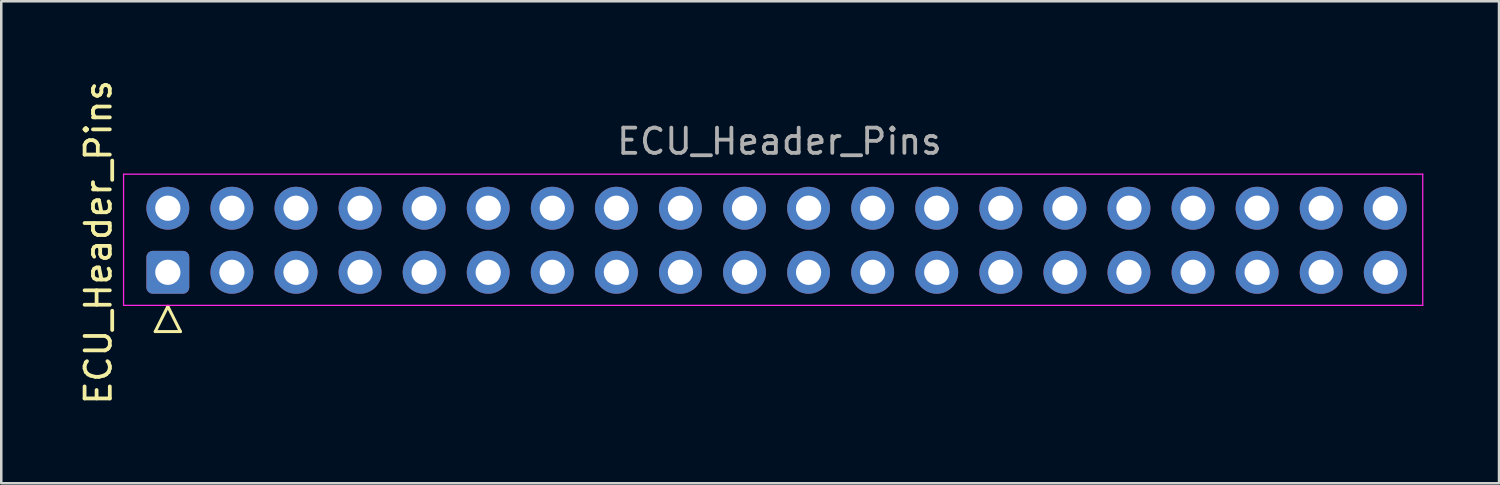
<source format=kicad_pcb>
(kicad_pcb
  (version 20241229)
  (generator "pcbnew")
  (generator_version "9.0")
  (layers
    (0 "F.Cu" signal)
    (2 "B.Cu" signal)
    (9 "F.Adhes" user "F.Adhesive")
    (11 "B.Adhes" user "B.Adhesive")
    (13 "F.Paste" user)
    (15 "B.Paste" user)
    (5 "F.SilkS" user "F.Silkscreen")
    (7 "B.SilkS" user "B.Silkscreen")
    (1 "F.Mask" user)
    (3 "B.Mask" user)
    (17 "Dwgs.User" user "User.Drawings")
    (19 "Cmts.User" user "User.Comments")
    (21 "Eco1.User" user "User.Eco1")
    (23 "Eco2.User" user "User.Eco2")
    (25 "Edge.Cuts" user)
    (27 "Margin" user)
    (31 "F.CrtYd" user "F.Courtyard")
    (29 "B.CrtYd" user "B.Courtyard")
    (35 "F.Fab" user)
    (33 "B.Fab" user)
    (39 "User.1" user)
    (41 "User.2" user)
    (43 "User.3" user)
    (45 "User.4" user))
  (footprint "ECU_Header_Pins"
    (layer "F.Cu")
    (at 27.848 6.554)
    (property "Reference" "ECU_Header_Pins" (at -27 0 90) (layer "F.SilkS") (effects (font (size 1 1) (thickness 0.15))))
    (attr through_hole)
    (fp_line (start -24.745 3.54) (end -23.745 3.54) (stroke (width 0.12) (type solid)) (layer "F.SilkS"))
    (fp_line (start -24.245 2.54) (end -24.745 3.54) (stroke (width 0.12) (type solid)) (layer "F.SilkS"))
    (fp_line (start -23.745 3.54) (end -24.245 2.54) (stroke (width 0.12) (type solid)) (layer "F.SilkS"))
    (fp_line (start -26 -2.7) (end -26 2.5) (stroke (width 0.05) (type solid)) (layer "F.CrtYd"))
    (fp_line (start -26 2.5) (end 25.5 2.5) (stroke (width 0.05) (type solid)) (layer "F.CrtYd"))
    (fp_line (start 25.5 -2.7) (end -26 -2.7) (stroke (width 0.05) (type solid)) (layer "F.CrtYd"))
    (fp_line (start 25.5 2.5) (end 25.5 -2.7) (stroke (width 0.05) (type solid)) (layer "F.CrtYd"))
    (fp_line (start -24.565 1.51) (end -23.925 1.51) (stroke (width 0.1) (type solid)) (layer "F.Fab"))
    (fp_line (start -22.025 1.51) (end -21.385 1.51) (stroke (width 0.1) (type solid)) (layer "F.Fab"))
    (fp_line (start -19.485 1.51) (end -18.845 1.51) (stroke (width 0.1) (type solid)) (layer "F.Fab"))
    (fp_line (start -16.945 1.51) (end -16.305 1.51) (stroke (width 0.1) (type solid)) (layer "F.Fab"))
    (fp_line (start -14.405 1.51) (end -13.765 1.51) (stroke (width 0.1) (type solid)) (layer "F.Fab"))
    (fp_line (start -11.865 1.51) (end -11.225 1.51) (stroke (width 0.1) (type solid)) (layer "F.Fab"))
    (fp_line (start -9.325 1.51) (end -8.685 1.51) (stroke (width 0.1) (type solid)) (layer "F.Fab"))
    (fp_line (start -6.785 1.51) (end -6.145 1.51) (stroke (width 0.1) (type solid)) (layer "F.Fab"))
    (fp_line (start -4.245 1.51) (end -3.605 1.51) (stroke (width 0.1) (type solid)) (layer "F.Fab"))
    (fp_line (start -1.705 1.51) (end -1.065 1.51) (stroke (width 0.1) (type solid)) (layer "F.Fab"))
    (fp_line (start 0.835 1.51) (end 1.475 1.51) (stroke (width 0.1) (type solid)) (layer "F.Fab"))
    (fp_line (start 3.375 1.51) (end 4.015 1.51) (stroke (width 0.1) (type solid)) (layer "F.Fab"))
    (fp_line (start 5.915 1.51) (end 6.555 1.51) (stroke (width 0.1) (type solid)) (layer "F.Fab"))
    (fp_line (start 8.455 1.51) (end 9.095 1.51) (stroke (width 0.1) (type solid)) (layer "F.Fab"))
    (fp_line (start 10.995 1.51) (end 11.635 1.51) (stroke (width 0.1) (type solid)) (layer "F.Fab"))
    (fp_line (start 13.535 1.51) (end 14.175 1.51) (stroke (width 0.1) (type solid)) (layer "F.Fab"))
    (fp_line (start 16.075 1.51) (end 16.715 1.51) (stroke (width 0.1) (type solid)) (layer "F.Fab"))
    (fp_line (start 18.615 1.51) (end 19.255 1.51) (stroke (width 0.1) (type solid)) (layer "F.Fab"))
    (fp_line (start 21.155 1.51) (end 21.795 1.51) (stroke (width 0.1) (type solid)) (layer "F.Fab"))
    (fp_line (start 23.695 1.51) (end 24.335 1.51) (stroke (width 0.1) (type solid)) (layer "F.Fab"))
    (fp_text user "${REFERENCE}" (at 0 -4 180) (layer "F.Fab") (effects (font (size 1 1) (thickness 0.15))))
    (pad "1" thru_hole roundrect (at -24.245 1.19 90) (size 1.7 1.7) (drill 1) (layers "*.Cu" "*.Mask") (roundrect_rratio 0.147))
    (pad "2" thru_hole circle (at -24.245 -1.35 90) (size 1.7 1.7) (drill 1) (layers "*.Cu" "*.Mask"))
    (pad "3" thru_hole circle (at -21.705 1.19 90) (size 1.7 1.7) (drill 1) (layers "*.Cu" "*.Mask"))
    (pad "4" thru_hole circle (at -21.705 -1.35 90) (size 1.7 1.7) (drill 1) (layers "*.Cu" "*.Mask"))
    (pad "5" thru_hole circle (at -19.165 1.19 90) (size 1.7 1.7) (drill 1) (layers "*.Cu" "*.Mask"))
    (pad "6" thru_hole circle (at -19.165 -1.35 90) (size 1.7 1.7) (drill 1) (layers "*.Cu" "*.Mask"))
    (pad "7" thru_hole circle (at -16.625 1.19 90) (size 1.7 1.7) (drill 1) (layers "*.Cu" "*.Mask"))
    (pad "8" thru_hole circle (at -16.625 -1.35 90) (size 1.7 1.7) (drill 1) (layers "*.Cu" "*.Mask"))
    (pad "9" thru_hole circle (at -14.085 1.19 90) (size 1.7 1.7) (drill 1) (layers "*.Cu" "*.Mask"))
    (pad "10" thru_hole circle (at -14.085 -1.35 90) (size 1.7 1.7) (drill 1) (layers "*.Cu" "*.Mask"))
    (pad "11" thru_hole circle (at -11.545 1.19 90) (size 1.7 1.7) (drill 1) (layers "*.Cu" "*.Mask"))
    (pad "12" thru_hole circle (at -11.545 -1.35 90) (size 1.7 1.7) (drill 1) (layers "*.Cu" "*.Mask"))
    (pad "13" thru_hole circle (at -9.005 1.19 90) (size 1.7 1.7) (drill 1) (layers "*.Cu" "*.Mask"))
    (pad "14" thru_hole circle (at -9.005 -1.35 90) (size 1.7 1.7) (drill 1) (layers "*.Cu" "*.Mask"))
    (pad "15" thru_hole circle (at -6.465 1.19 90) (size 1.7 1.7) (drill 1) (layers "*.Cu" "*.Mask"))
    (pad "16" thru_hole circle (at -6.465 -1.35 90) (size 1.7 1.7) (drill 1) (layers "*.Cu" "*.Mask"))
    (pad "17" thru_hole circle (at -3.925 1.19 90) (size 1.7 1.7) (drill 1) (layers "*.Cu" "*.Mask"))
    (pad "18" thru_hole circle (at -3.925 -1.35 90) (size 1.7 1.7) (drill 1) (layers "*.Cu" "*.Mask"))
    (pad "19" thru_hole circle (at -1.385 1.19 90) (size 1.7 1.7) (drill 1) (layers "*.Cu" "*.Mask"))
    (pad "20" thru_hole circle (at -1.385 -1.35 90) (size 1.7 1.7) (drill 1) (layers "*.Cu" "*.Mask"))
    (pad "21" thru_hole circle (at 1.155 1.19 90) (size 1.7 1.7) (drill 1) (layers "*.Cu" "*.Mask"))
    (pad "22" thru_hole circle (at 1.155 -1.35 90) (size 1.7 1.7) (drill 1) (layers "*.Cu" "*.Mask"))
    (pad "23" thru_hole circle (at 3.695 1.19 90) (size 1.7 1.7) (drill 1) (layers "*.Cu" "*.Mask"))
    (pad "24" thru_hole circle (at 3.695 -1.35 90) (size 1.7 1.7) (drill 1) (layers "*.Cu" "*.Mask"))
    (pad "25" thru_hole circle (at 6.235 1.19 90) (size 1.7 1.7) (drill 1) (layers "*.Cu" "*.Mask"))
    (pad "26" thru_hole circle (at 6.235 -1.35 90) (size 1.7 1.7) (drill 1) (layers "*.Cu" "*.Mask"))
    (pad "27" thru_hole circle (at 8.775 1.19 90) (size 1.7 1.7) (drill 1) (layers "*.Cu" "*.Mask"))
    (pad "28" thru_hole circle (at 8.775 -1.35 90) (size 1.7 1.7) (drill 1) (layers "*.Cu" "*.Mask"))
    (pad "29" thru_hole circle (at 11.315 1.19 90) (size 1.7 1.7) (drill 1) (layers "*.Cu" "*.Mask"))
    (pad "30" thru_hole circle (at 11.315 -1.35 90) (size 1.7 1.7) (drill 1) (layers "*.Cu" "*.Mask"))
    (pad "31" thru_hole circle (at 13.855 1.19 90) (size 1.7 1.7) (drill 1) (layers "*.Cu" "*.Mask"))
    (pad "32" thru_hole circle (at 13.855 -1.35 90) (size 1.7 1.7) (drill 1) (layers "*.Cu" "*.Mask"))
    (pad "33" thru_hole circle (at 16.395 1.19 90) (size 1.7 1.7) (drill 1) (layers "*.Cu" "*.Mask"))
    (pad "34" thru_hole circle (at 16.395 -1.35 90) (size 1.7 1.7) (drill 1) (layers "*.Cu" "*.Mask"))
    (pad "35" thru_hole circle (at 18.935 1.19 90) (size 1.7 1.7) (drill 1) (layers "*.Cu" "*.Mask"))
    (pad "36" thru_hole circle (at 18.935 -1.35 90) (size 1.7 1.7) (drill 1) (layers "*.Cu" "*.Mask"))
    (pad "37" thru_hole circle (at 21.475 1.19 90) (size 1.7 1.7) (drill 1) (layers "*.Cu" "*.Mask"))
    (pad "38" thru_hole circle (at 21.475 -1.35 90) (size 1.7 1.7) (drill 1) (layers "*.Cu" "*.Mask"))
    (pad "39" thru_hole circle (at 24.015 1.19 90) (size 1.7 1.7) (drill 1) (layers "*.Cu" "*.Mask"))
    (pad "40" thru_hole circle (at 24.015 -1.35 90) (size 1.7 1.7) (drill 1) (layers "*.Cu" "*.Mask")))
  (gr_rect
    (start -3 -3)
    (end 56.373 16.107)
    (stroke (width 0.1) (type default))
    (fill no)
    (layer "Edge.Cuts")))
</source>
